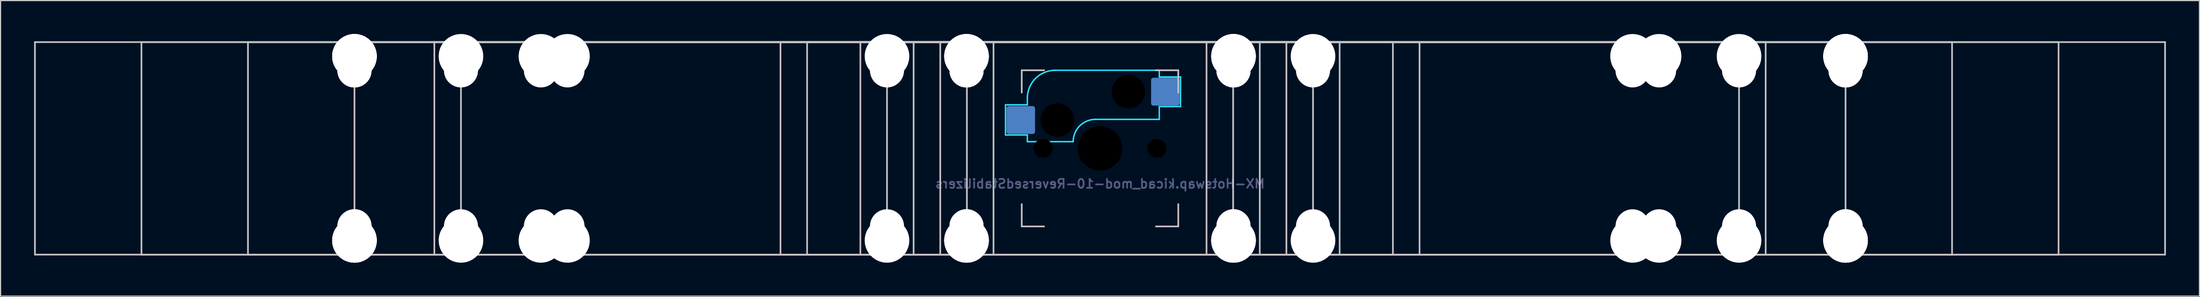
<source format=kicad_pcb>
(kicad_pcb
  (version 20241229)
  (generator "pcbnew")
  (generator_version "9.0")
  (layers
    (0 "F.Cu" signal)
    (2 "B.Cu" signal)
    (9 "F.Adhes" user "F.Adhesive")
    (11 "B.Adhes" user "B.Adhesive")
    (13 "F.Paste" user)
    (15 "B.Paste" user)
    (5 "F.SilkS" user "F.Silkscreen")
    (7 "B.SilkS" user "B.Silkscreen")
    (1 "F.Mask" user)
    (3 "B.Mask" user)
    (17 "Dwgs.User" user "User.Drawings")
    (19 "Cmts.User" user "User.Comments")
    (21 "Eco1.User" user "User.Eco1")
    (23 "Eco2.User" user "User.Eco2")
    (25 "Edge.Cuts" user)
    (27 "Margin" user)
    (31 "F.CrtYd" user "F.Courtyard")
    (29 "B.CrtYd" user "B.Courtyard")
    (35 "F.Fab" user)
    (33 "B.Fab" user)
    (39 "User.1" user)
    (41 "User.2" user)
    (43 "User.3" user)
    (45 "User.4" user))
  (footprint "MX-Hotswap.kicad_mod-10-ReversedStabilizers"
    (layer "F.Cu")
    (at 95.325 10.249)
    (property "Reference" "MX-Hotswap.kicad_mod-10-ReversedStabilizers" (at 0 3.175 0) (layer "B.Fab") (effects (font (size 0.8 0.8) (thickness 0.15)) (justify mirror)))
    (attr smd)
    (fp_line (start -95.25 9.525) (end -95.25 -9.525) (stroke (width 0.15) (type solid)) (layer "Dwgs.User"))
    (fp_line (start -85.725 9.525) (end -85.725 -9.525) (stroke (width 0.15) (type solid)) (layer "Dwgs.User"))
    (fp_line (start -76.2 9.525) (end -76.2 -9.525) (stroke (width 0.15) (type solid)) (layer "Dwgs.User"))
    (fp_line (start -66.675 9.525) (end -66.675 -9.525) (stroke (width 0.15) (type solid)) (layer "Dwgs.User"))
    (fp_line (start -59.531 9.525) (end -59.531 -9.525) (stroke (width 0.15) (type solid)) (layer "Dwgs.User"))
    (fp_line (start -57.15 9.525) (end -57.15 -9.525) (stroke (width 0.15) (type solid)) (layer "Dwgs.User"))
    (fp_line (start -28.575 9.525) (end -28.575 -9.525) (stroke (width 0.15) (type solid)) (layer "Dwgs.User"))
    (fp_line (start -26.194 9.525) (end -26.194 -9.525) (stroke (width 0.15) (type solid)) (layer "Dwgs.User"))
    (fp_line (start -21.431 9.525) (end -21.431 -9.525) (stroke (width 0.15) (type solid)) (layer "Dwgs.User"))
    (fp_line (start -19.05 9.525) (end -19.05 -9.525) (stroke (width 0.15) (type solid)) (layer "Dwgs.User"))
    (fp_line (start -16.669 9.525) (end -16.669 -9.525) (stroke (width 0.15) (type solid)) (layer "Dwgs.User"))
    (fp_line (start -14.287 9.525) (end -14.287 -9.525) (stroke (width 0.15) (type solid)) (layer "Dwgs.User"))
    (fp_line (start -11.906 9.525) (end -11.906 -9.525) (stroke (width 0.15) (type solid)) (layer "Dwgs.User"))
    (fp_line (start -9.525 9.525) (end -9.525 -9.525) (stroke (width 0.15) (type solid)) (layer "Dwgs.User"))
    (fp_line (start -7 -7) (end -7 -5) (stroke (width 0.15) (type solid)) (layer "Dwgs.User"))
    (fp_line (start -7 5) (end -7 7) (stroke (width 0.15) (type solid)) (layer "Dwgs.User"))
    (fp_line (start -7 7) (end -5 7) (stroke (width 0.15) (type solid)) (layer "Dwgs.User"))
    (fp_line (start -5 -7) (end -7 -7) (stroke (width 0.15) (type solid)) (layer "Dwgs.User"))
    (fp_line (start 5 -7) (end 7 -7) (stroke (width 0.15) (type solid)) (layer "Dwgs.User"))
    (fp_line (start 5 7) (end 7 7) (stroke (width 0.15) (type solid)) (layer "Dwgs.User"))
    (fp_line (start 7 -7) (end 7 -5) (stroke (width 0.15) (type solid)) (layer "Dwgs.User"))
    (fp_line (start 7 7) (end 7 5) (stroke (width 0.15) (type solid)) (layer "Dwgs.User"))
    (fp_line (start 9.525 -9.525) (end -9.525 -9.525) (stroke (width 0.15) (type solid)) (layer "Dwgs.User"))
    (fp_line (start 9.525 9.525) (end -9.525 9.525) (stroke (width 0.15) (type solid)) (layer "Dwgs.User"))
    (fp_line (start 9.525 9.525) (end 9.525 -9.525) (stroke (width 0.15) (type solid)) (layer "Dwgs.User"))
    (fp_line (start 11.906 -9.525) (end -11.906 -9.525) (stroke (width 0.15) (type solid)) (layer "Dwgs.User"))
    (fp_line (start 11.906 9.525) (end -11.906 9.525) (stroke (width 0.15) (type solid)) (layer "Dwgs.User"))
    (fp_line (start 11.906 9.525) (end 11.906 -9.525) (stroke (width 0.15) (type solid)) (layer "Dwgs.User"))
    (fp_line (start 14.287 -9.525) (end -14.287 -9.525) (stroke (width 0.15) (type solid)) (layer "Dwgs.User"))
    (fp_line (start 14.287 9.525) (end -14.287 9.525) (stroke (width 0.15) (type solid)) (layer "Dwgs.User"))
    (fp_line (start 14.287 9.525) (end 14.287 -9.525) (stroke (width 0.15) (type solid)) (layer "Dwgs.User"))
    (fp_line (start 16.669 -9.525) (end -16.669 -9.525) (stroke (width 0.15) (type solid)) (layer "Dwgs.User"))
    (fp_line (start 16.669 9.525) (end -16.669 9.525) (stroke (width 0.15) (type solid)) (layer "Dwgs.User"))
    (fp_line (start 16.669 9.525) (end 16.669 -9.525) (stroke (width 0.15) (type solid)) (layer "Dwgs.User"))
    (fp_line (start 19.05 -9.525) (end -19.05 -9.525) (stroke (width 0.15) (type solid)) (layer "Dwgs.User"))
    (fp_line (start 19.05 9.525) (end -19.05 9.525) (stroke (width 0.15) (type solid)) (layer "Dwgs.User"))
    (fp_line (start 19.05 9.525) (end 19.05 -9.525) (stroke (width 0.15) (type solid)) (layer "Dwgs.User"))
    (fp_line (start 21.431 -9.525) (end -21.431 -9.525) (stroke (width 0.15) (type solid)) (layer "Dwgs.User"))
    (fp_line (start 21.431 9.525) (end -21.431 9.525) (stroke (width 0.15) (type solid)) (layer "Dwgs.User"))
    (fp_line (start 21.431 9.525) (end 21.431 -9.525) (stroke (width 0.15) (type solid)) (layer "Dwgs.User"))
    (fp_line (start 26.194 -9.525) (end -26.194 -9.525) (stroke (width 0.15) (type solid)) (layer "Dwgs.User"))
    (fp_line (start 26.194 9.525) (end -26.194 9.525) (stroke (width 0.15) (type solid)) (layer "Dwgs.User"))
    (fp_line (start 26.194 9.525) (end 26.194 -9.525) (stroke (width 0.15) (type solid)) (layer "Dwgs.User"))
    (fp_line (start 28.575 -9.525) (end -28.575 -9.525) (stroke (width 0.15) (type solid)) (layer "Dwgs.User"))
    (fp_line (start 28.575 9.525) (end -28.575 9.525) (stroke (width 0.15) (type solid)) (layer "Dwgs.User"))
    (fp_line (start 28.575 9.525) (end 28.575 -9.525) (stroke (width 0.15) (type solid)) (layer "Dwgs.User"))
    (fp_line (start 57.15 -9.525) (end -57.15 -9.525) (stroke (width 0.15) (type solid)) (layer "Dwgs.User"))
    (fp_line (start 57.15 9.525) (end -57.15 9.525) (stroke (width 0.15) (type solid)) (layer "Dwgs.User"))
    (fp_line (start 57.15 9.525) (end 57.15 -9.525) (stroke (width 0.15) (type solid)) (layer "Dwgs.User"))
    (fp_line (start 59.531 -9.525) (end -59.531 -9.525) (stroke (width 0.15) (type solid)) (layer "Dwgs.User"))
    (fp_line (start 59.531 9.525) (end -59.531 9.525) (stroke (width 0.15) (type solid)) (layer "Dwgs.User"))
    (fp_line (start 59.531 9.525) (end 59.531 -9.525) (stroke (width 0.15) (type solid)) (layer "Dwgs.User"))
    (fp_line (start 66.675 -9.525) (end -66.675 -9.525) (stroke (width 0.15) (type solid)) (layer "Dwgs.User"))
    (fp_line (start 66.675 9.525) (end -66.675 9.525) (stroke (width 0.15) (type solid)) (layer "Dwgs.User"))
    (fp_line (start 66.675 9.525) (end 66.675 -9.525) (stroke (width 0.15) (type solid)) (layer "Dwgs.User"))
    (fp_line (start 76.2 -9.525) (end -76.2 -9.525) (stroke (width 0.15) (type solid)) (layer "Dwgs.User"))
    (fp_line (start 76.2 9.525) (end -76.2 9.525) (stroke (width 0.15) (type solid)) (layer "Dwgs.User"))
    (fp_line (start 76.2 9.525) (end 76.2 -9.525) (stroke (width 0.15) (type solid)) (layer "Dwgs.User"))
    (fp_line (start 85.725 -9.525) (end -85.725 -9.525) (stroke (width 0.15) (type solid)) (layer "Dwgs.User"))
    (fp_line (start 85.725 9.525) (end -85.725 9.525) (stroke (width 0.15) (type solid)) (layer "Dwgs.User"))
    (fp_line (start 85.725 9.525) (end 85.725 -9.525) (stroke (width 0.15) (type solid)) (layer "Dwgs.User"))
    (fp_line (start 95.25 -9.525) (end -95.25 -9.525) (stroke (width 0.15) (type solid)) (layer "Dwgs.User"))
    (fp_line (start 95.25 9.525) (end -95.25 9.525) (stroke (width 0.15) (type solid)) (layer "Dwgs.User"))
    (fp_line (start 95.25 9.525) (end 95.25 -9.525) (stroke (width 0.15) (type solid)) (layer "Dwgs.User"))
    (fp_line (start -8.45 -3.9) (end -8.45 -1.2) (stroke (width 0.127) (type solid)) (layer "B.CrtYd"))
    (fp_line (start -8.45 -1.2) (end -6.5 -1.2) (stroke (width 0.127) (type solid)) (layer "B.CrtYd"))
    (fp_line (start -6.5 -4.5) (end -6.5 -3.9) (stroke (width 0.127) (type solid)) (layer "B.CrtYd"))
    (fp_line (start -6.5 -3.9) (end -8.45 -3.9) (stroke (width 0.127) (type solid)) (layer "B.CrtYd"))
    (fp_line (start -6.5 -0.6) (end -6.5 -1.2) (stroke (width 0.127) (type solid)) (layer "B.CrtYd"))
    (fp_line (start -6.5 -0.6) (end -2.4 -0.6) (stroke (width 0.127) (type solid)) (layer "B.CrtYd"))
    (fp_line (start -0.4 -2.6) (end 5.3 -2.6) (stroke (width 0.127) (type solid)) (layer "B.CrtYd"))
    (fp_line (start 5.3 -7) (end -4 -7) (stroke (width 0.127) (type solid)) (layer "B.CrtYd"))
    (fp_line (start 5.3 -7) (end 5.3 -6.4) (stroke (width 0.127) (type solid)) (layer "B.CrtYd"))
    (fp_line (start 5.3 -6.4) (end 7.2 -6.4) (stroke (width 0.127) (type solid)) (layer "B.CrtYd"))
    (fp_line (start 5.3 -2.6) (end 5.3 -3.75) (stroke (width 0.127) (type solid)) (layer "B.CrtYd"))
    (fp_line (start 7.2 -6.4) (end 7.2 -3.75) (stroke (width 0.127) (type solid)) (layer "B.CrtYd"))
    (fp_line (start 7.2 -3.75) (end 5.3 -3.75) (stroke (width 0.127) (type solid)) (layer "B.CrtYd"))
    (fp_arc (start -6.5 -4.5) (mid -5.767767 -6.267767) (end -4 -7) (stroke (width 0.127) (type solid)) (layer "B.CrtYd"))
    (fp_arc (start -2.4 -0.6) (mid -1.814214 -2.014214) (end -0.4 -2.6) (stroke (width 0.127) (type solid)) (layer "B.CrtYd"))
    (pad "" np_thru_hole circle (at -66.675 -8.255) (size 3.988 3.988) (drill 3.988) (layers "*.Cu" "*.Mask"))
    (pad "" np_thru_hole circle (at -66.675 -8.255) (size 3.988 3.988) (drill 3.988) (layers "*.Cu" "*.Mask"))
    (pad "" np_thru_hole circle (at -66.675 -8.255) (size 3.988 3.988) (drill 3.988) (layers "*.Cu" "*.Mask"))
    (pad "" np_thru_hole circle (at -66.675 -6.985) (size 3.048 3.048) (drill 3.048) (layers "*.Cu" "*.Mask"))
    (pad "" np_thru_hole circle (at -66.675 -6.985) (size 3.048 3.048) (drill 3.048) (layers "*.Cu" "*.Mask"))
    (pad "" np_thru_hole circle (at -66.675 -6.985) (size 3.048 3.048) (drill 3.048) (layers "*.Cu" "*.Mask"))
    (pad "" np_thru_hole circle (at -66.675 6.985) (size 3.048 3.048) (drill 3.048) (layers "*.Cu" "*.Mask"))
    (pad "" np_thru_hole circle (at -66.675 6.985) (size 3.048 3.048) (drill 3.048) (layers "*.Cu" "*.Mask"))
    (pad "" np_thru_hole circle (at -66.675 6.985) (size 3.048 3.048) (drill 3.048) (layers "*.Cu" "*.Mask"))
    (pad "" np_thru_hole circle (at -66.675 8.255) (size 3.988 3.988) (drill 3.988) (layers "*.Cu" "*.Mask"))
    (pad "" np_thru_hole circle (at -66.675 8.255) (size 3.988 3.988) (drill 3.988) (layers "*.Cu" "*.Mask"))
    (pad "" np_thru_hole circle (at -66.675 8.255) (size 3.988 3.988) (drill 3.988) (layers "*.Cu" "*.Mask"))
    (pad "" np_thru_hole circle (at -57.15 -8.255) (size 3.988 3.988) (drill 3.988) (layers "*.Cu" "*.Mask"))
    (pad "" np_thru_hole circle (at -57.15 -6.985) (size 3.048 3.048) (drill 3.048) (layers "*.Cu" "*.Mask"))
    (pad "" np_thru_hole circle (at -57.15 6.985) (size 3.048 3.048) (drill 3.048) (layers "*.Cu" "*.Mask"))
    (pad "" np_thru_hole circle (at -57.15 8.255) (size 3.988 3.988) (drill 3.988) (layers "*.Cu" "*.Mask"))
    (pad "" np_thru_hole circle (at -50 -8.255) (size 3.988 3.988) (drill 3.988) (layers "*.Cu" "*.Mask"))
    (pad "" np_thru_hole circle (at -50 -6.985) (size 3.048 3.048) (drill 3.048) (layers "*.Cu" "*.Mask"))
    (pad "" np_thru_hole circle (at -50 6.985) (size 3.048 3.048) (drill 3.048) (layers "*.Cu" "*.Mask"))
    (pad "" np_thru_hole circle (at -50 8.255) (size 3.988 3.988) (drill 3.988) (layers "*.Cu" "*.Mask"))
    (pad "" np_thru_hole circle (at -47.625 -8.255) (size 3.988 3.988) (drill 3.988) (layers "*.Cu" "*.Mask"))
    (pad "" np_thru_hole circle (at -47.625 -6.985) (size 3.048 3.048) (drill 3.048) (layers "*.Cu" "*.Mask"))
    (pad "" np_thru_hole circle (at -47.625 6.985) (size 3.048 3.048) (drill 3.048) (layers "*.Cu" "*.Mask"))
    (pad "" np_thru_hole circle (at -47.625 8.255) (size 3.988 3.988) (drill 3.988) (layers "*.Cu" "*.Mask"))
    (pad "" np_thru_hole circle (at -19.05 -8.255) (size 3.988 3.988) (drill 3.988) (layers "*.Cu" "*.Mask"))
    (pad "" np_thru_hole circle (at -19.05 -6.985) (size 3.048 3.048) (drill 3.048) (layers "*.Cu" "*.Mask"))
    (pad "" np_thru_hole circle (at -19.05 6.985) (size 3.048 3.048) (drill 3.048) (layers "*.Cu" "*.Mask"))
    (pad "" np_thru_hole circle (at -19.05 8.255) (size 3.988 3.988) (drill 3.988) (layers "*.Cu" "*.Mask"))
    (pad "" np_thru_hole circle (at -11.938 -8.255) (size 3.988 3.988) (drill 3.988) (layers "*.Cu" "*.Mask"))
    (pad "" np_thru_hole circle (at -11.938 -8.255) (size 3.988 3.988) (drill 3.988) (layers "*.Cu" "*.Mask"))
    (pad "" np_thru_hole circle (at -11.938 -8.255) (size 3.988 3.988) (drill 3.988) (layers "*.Cu" "*.Mask"))
    (pad "" np_thru_hole circle (at -11.938 -6.985) (size 3.048 3.048) (drill 3.048) (layers "*.Cu" "*.Mask"))
    (pad "" np_thru_hole circle (at -11.938 -6.985) (size 3.048 3.048) (drill 3.048) (layers "*.Cu" "*.Mask"))
    (pad "" np_thru_hole circle (at -11.938 -6.985) (size 3.048 3.048) (drill 3.048) (layers "*.Cu" "*.Mask"))
    (pad "" np_thru_hole circle (at -11.938 6.985) (size 3.048 3.048) (drill 3.048) (layers "*.Cu" "*.Mask"))
    (pad "" np_thru_hole circle (at -11.938 6.985) (size 3.048 3.048) (drill 3.048) (layers "*.Cu" "*.Mask"))
    (pad "" np_thru_hole circle (at -11.938 6.985) (size 3.048 3.048) (drill 3.048) (layers "*.Cu" "*.Mask"))
    (pad "" np_thru_hole circle (at -11.938 8.255) (size 3.988 3.988) (drill 3.988) (layers "*.Cu" "*.Mask"))
    (pad "" np_thru_hole circle (at -11.938 8.255) (size 3.988 3.988) (drill 3.988) (layers "*.Cu" "*.Mask"))
    (pad "" np_thru_hole circle (at -11.938 8.255) (size 3.988 3.988) (drill 3.988) (layers "*.Cu" "*.Mask"))
    (pad "" np_thru_hole circle (at -5.08 0 48.099) (size 1.702 1.702) (drill 1.702) (layers "*.Mask"))
    (pad "" np_thru_hole circle (at -3.81 -2.54) (size 3 3) (drill 3) (layers "*.Mask"))
    (pad "" np_thru_hole circle (at 0 0) (size 3.988 3.988) (drill 3.988) (layers "*.Mask"))
    (pad "" np_thru_hole circle (at 2.54 -5.08) (size 3 3) (drill 3) (layers "*.Mask"))
    (pad "" np_thru_hole circle (at 5.08 0 48.099) (size 1.702 1.702) (drill 1.702) (layers "*.Mask"))
    (pad "" np_thru_hole circle (at 11.938 -8.255) (size 3.988 3.988) (drill 3.988) (layers "*.Cu" "*.Mask"))
    (pad "" np_thru_hole circle (at 11.938 -8.255) (size 3.988 3.988) (drill 3.988) (layers "*.Cu" "*.Mask"))
    (pad "" np_thru_hole circle (at 11.938 -8.255) (size 3.988 3.988) (drill 3.988) (layers "*.Cu" "*.Mask"))
    (pad "" np_thru_hole circle (at 11.938 -6.985) (size 3.048 3.048) (drill 3.048) (layers "*.Cu" "*.Mask"))
    (pad "" np_thru_hole circle (at 11.938 -6.985) (size 3.048 3.048) (drill 3.048) (layers "*.Cu" "*.Mask"))
    (pad "" np_thru_hole circle (at 11.938 -6.985) (size 3.048 3.048) (drill 3.048) (layers "*.Cu" "*.Mask"))
    (pad "" np_thru_hole circle (at 11.938 6.985) (size 3.048 3.048) (drill 3.048) (layers "*.Cu" "*.Mask"))
    (pad "" np_thru_hole circle (at 11.938 6.985) (size 3.048 3.048) (drill 3.048) (layers "*.Cu" "*.Mask"))
    (pad "" np_thru_hole circle (at 11.938 6.985) (size 3.048 3.048) (drill 3.048) (layers "*.Cu" "*.Mask"))
    (pad "" np_thru_hole circle (at 11.938 8.255) (size 3.988 3.988) (drill 3.988) (layers "*.Cu" "*.Mask"))
    (pad "" np_thru_hole circle (at 11.938 8.255) (size 3.988 3.988) (drill 3.988) (layers "*.Cu" "*.Mask"))
    (pad "" np_thru_hole circle (at 11.938 8.255) (size 3.988 3.988) (drill 3.988) (layers "*.Cu" "*.Mask"))
    (pad "" np_thru_hole circle (at 19.05 -8.255) (size 3.988 3.988) (drill 3.988) (layers "*.Cu" "*.Mask"))
    (pad "" np_thru_hole circle (at 19.05 -6.985) (size 3.048 3.048) (drill 3.048) (layers "*.Cu" "*.Mask"))
    (pad "" np_thru_hole circle (at 19.05 6.985) (size 3.048 3.048) (drill 3.048) (layers "*.Cu" "*.Mask"))
    (pad "" np_thru_hole circle (at 19.05 8.255) (size 3.988 3.988) (drill 3.988) (layers "*.Cu" "*.Mask"))
    (pad "" np_thru_hole circle (at 47.625 -8.255) (size 3.988 3.988) (drill 3.988) (layers "*.Cu" "*.Mask"))
    (pad "" np_thru_hole circle (at 47.625 -6.985) (size 3.048 3.048) (drill 3.048) (layers "*.Cu" "*.Mask"))
    (pad "" np_thru_hole circle (at 47.625 6.985) (size 3.048 3.048) (drill 3.048) (layers "*.Cu" "*.Mask"))
    (pad "" np_thru_hole circle (at 47.625 8.255) (size 3.988 3.988) (drill 3.988) (layers "*.Cu" "*.Mask"))
    (pad "" np_thru_hole circle (at 50 -8.255) (size 3.988 3.988) (drill 3.988) (layers "*.Cu" "*.Mask"))
    (pad "" np_thru_hole circle (at 50 -6.985) (size 3.048 3.048) (drill 3.048) (layers "*.Cu" "*.Mask"))
    (pad "" np_thru_hole circle (at 50 6.985) (size 3.048 3.048) (drill 3.048) (layers "*.Cu" "*.Mask"))
    (pad "" np_thru_hole circle (at 50 8.255) (size 3.988 3.988) (drill 3.988) (layers "*.Cu" "*.Mask"))
    (pad "" np_thru_hole circle (at 57.15 -8.255) (size 3.988 3.988) (drill 3.988) (layers "*.Cu" "*.Mask"))
    (pad "" np_thru_hole circle (at 57.15 -6.985) (size 3.048 3.048) (drill 3.048) (layers "*.Cu" "*.Mask"))
    (pad "" np_thru_hole circle (at 57.15 6.985) (size 3.048 3.048) (drill 3.048) (layers "*.Cu" "*.Mask"))
    (pad "" np_thru_hole circle (at 57.15 8.255) (size 3.988 3.988) (drill 3.988) (layers "*.Cu" "*.Mask"))
    (pad "" np_thru_hole circle (at 66.675 -8.255) (size 3.988 3.988) (drill 3.988) (layers "*.Cu" "*.Mask"))
    (pad "" np_thru_hole circle (at 66.675 -8.255) (size 3.988 3.988) (drill 3.988) (layers "*.Cu" "*.Mask"))
    (pad "" np_thru_hole circle (at 66.675 -8.255) (size 3.988 3.988) (drill 3.988) (layers "*.Cu" "*.Mask"))
    (pad "" np_thru_hole circle (at 66.675 -6.985) (size 3.048 3.048) (drill 3.048) (layers "*.Cu" "*.Mask"))
    (pad "" np_thru_hole circle (at 66.675 -6.985) (size 3.048 3.048) (drill 3.048) (layers "*.Cu" "*.Mask"))
    (pad "" np_thru_hole circle (at 66.675 -6.985) (size 3.048 3.048) (drill 3.048) (layers "*.Cu" "*.Mask"))
    (pad "" np_thru_hole circle (at 66.675 6.985) (size 3.048 3.048) (drill 3.048) (layers "*.Cu" "*.Mask"))
    (pad "" np_thru_hole circle (at 66.675 6.985) (size 3.048 3.048) (drill 3.048) (layers "*.Cu" "*.Mask"))
    (pad "" np_thru_hole circle (at 66.675 6.985) (size 3.048 3.048) (drill 3.048) (layers "*.Cu" "*.Mask"))
    (pad "" np_thru_hole circle (at 66.675 8.255) (size 3.988 3.988) (drill 3.988) (layers "*.Cu" "*.Mask"))
    (pad "" np_thru_hole circle (at 66.675 8.255) (size 3.988 3.988) (drill 3.988) (layers "*.Cu" "*.Mask"))
    (pad "" np_thru_hole circle (at 66.675 8.255) (size 3.988 3.988) (drill 3.988) (layers "*.Cu" "*.Mask"))
    (pad "1" smd roundrect (at -7.085 -2.54) (size 2.55 2.5) (layers "B.Cu" "B.Mask" "B.Paste") (roundrect_rratio 0.08))
    (pad "2" smd roundrect (at 5.842 -5.08) (size 2.55 2.5) (layers "B.Cu" "B.Mask" "B.Paste") (roundrect_rratio 0.08)))
  (gr_rect
    (start -3 -3)
    (end 193.65 23.498)
    (stroke (width 0.1) (type default))
    (fill no)
    (layer "Edge.Cuts")))
</source>
